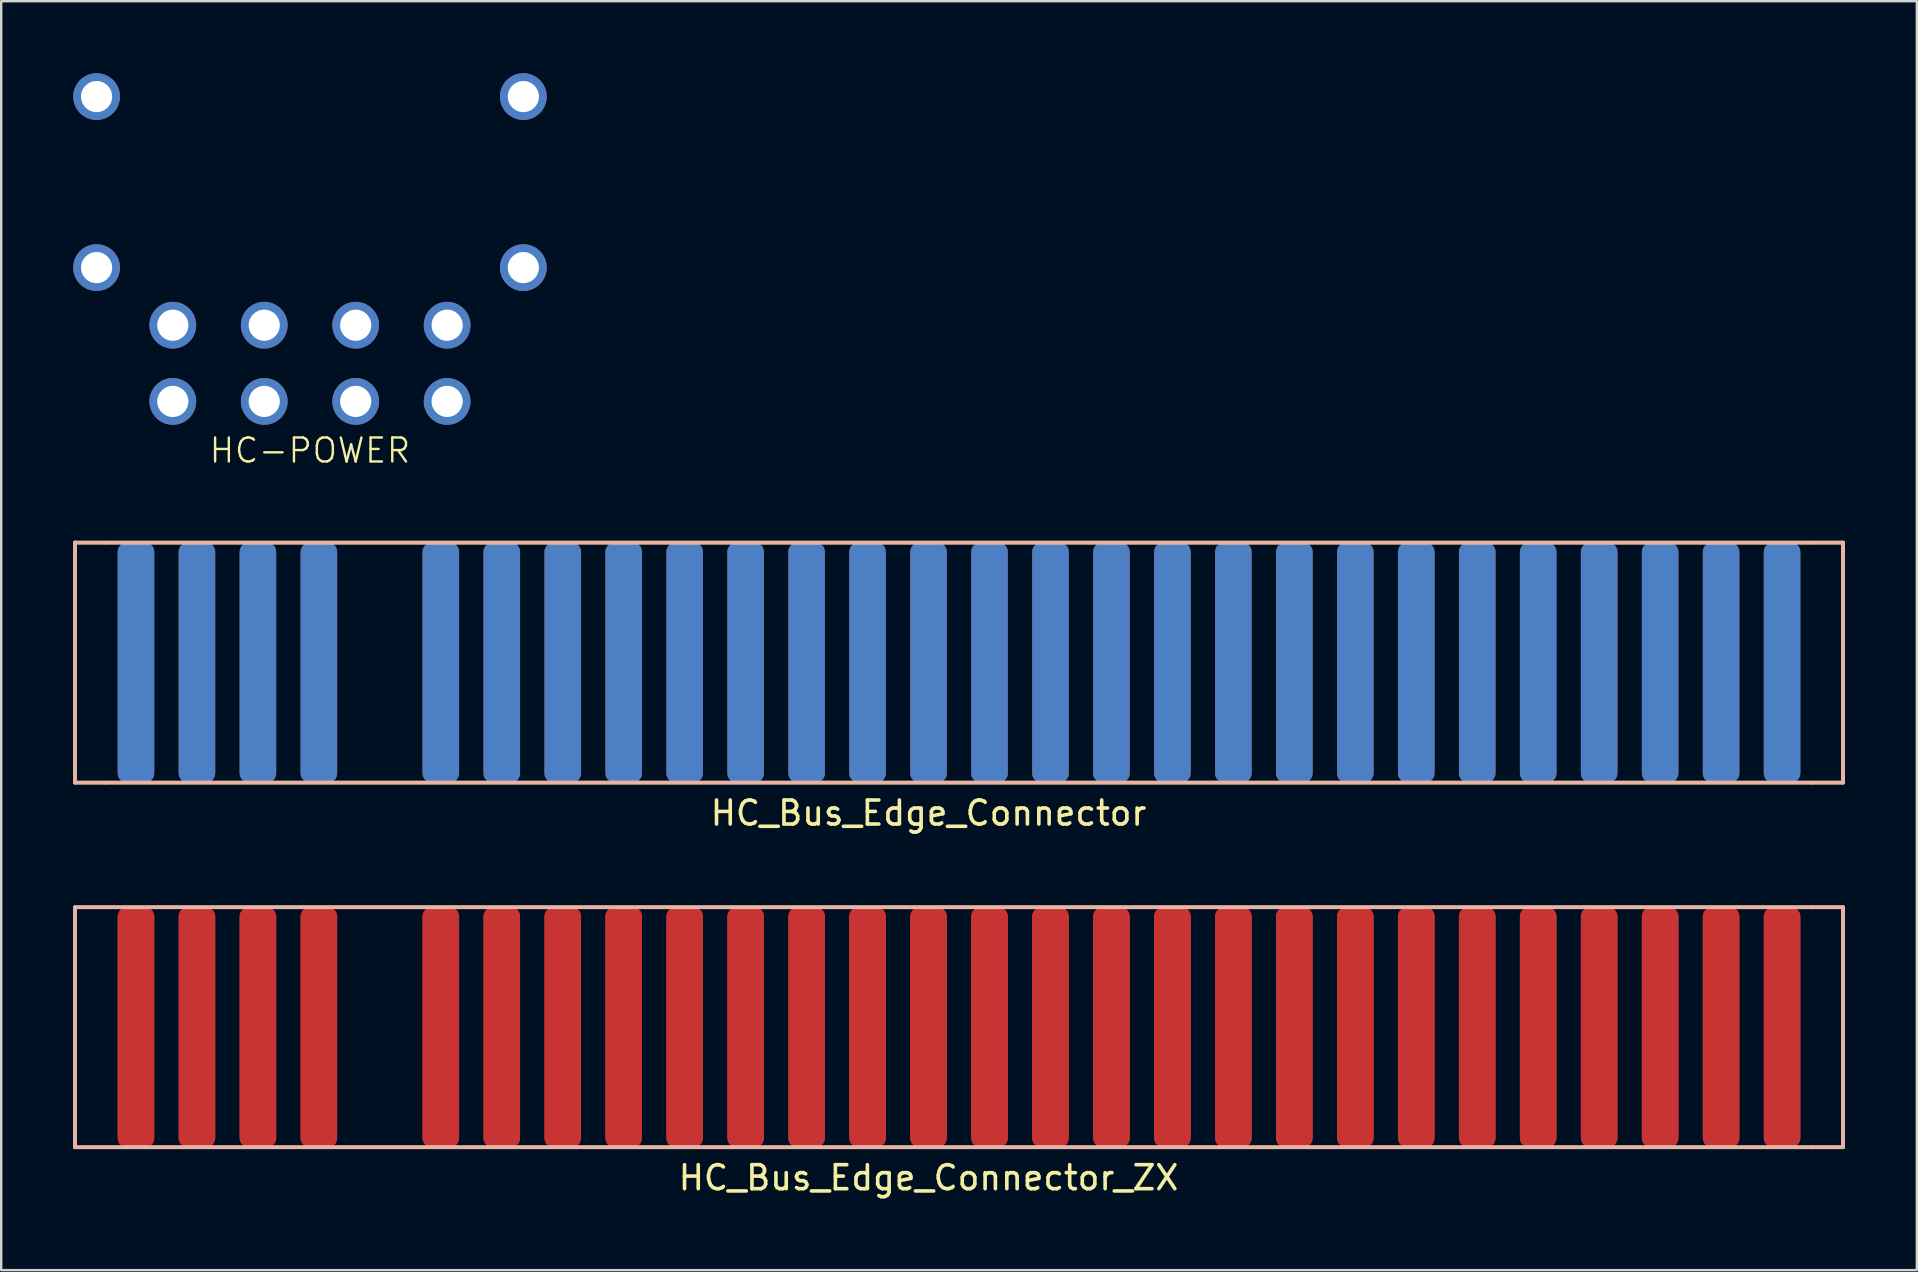
<source format=kicad_pcb>
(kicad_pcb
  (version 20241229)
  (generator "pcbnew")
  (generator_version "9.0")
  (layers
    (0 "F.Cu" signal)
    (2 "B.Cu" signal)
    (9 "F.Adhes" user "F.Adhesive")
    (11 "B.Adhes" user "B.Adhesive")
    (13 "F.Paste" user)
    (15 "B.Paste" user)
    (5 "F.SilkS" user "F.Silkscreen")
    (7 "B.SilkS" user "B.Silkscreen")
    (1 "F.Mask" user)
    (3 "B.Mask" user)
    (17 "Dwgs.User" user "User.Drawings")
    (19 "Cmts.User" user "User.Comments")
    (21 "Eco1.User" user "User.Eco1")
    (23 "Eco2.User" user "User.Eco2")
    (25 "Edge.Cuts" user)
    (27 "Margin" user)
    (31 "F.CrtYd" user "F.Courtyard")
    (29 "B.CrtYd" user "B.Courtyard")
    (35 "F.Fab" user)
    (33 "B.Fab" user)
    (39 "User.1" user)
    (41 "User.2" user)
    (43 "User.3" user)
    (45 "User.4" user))
  (footprint "HC-POWER"
    (layer "F.Cu")
    (at 9.864 8.099)
    (property "Reference" "HC-POWER" (at 0 7.62 0) (unlocked yes) (layer "F.SilkS") (effects (font (size 1 1) (thickness 0.1))))
    (attr through_hole)
    (pad "" thru_hole circle (at -8.89 -7.125) (size 1.948 1.948) (drill 1.298) (layers "*.Cu" "*.Mask"))
    (pad "" thru_hole circle (at -8.89 0) (size 1.948 1.948) (drill 1.298) (layers "*.Cu" "*.Mask"))
    (pad "" thru_hole circle (at 8.89 -7.125) (size 1.948 1.948) (drill 1.298) (layers "*.Cu" "*.Mask"))
    (pad "" thru_hole circle (at 8.89 0) (size 1.948 1.948) (drill 1.298) (layers "*.Cu" "*.Mask"))
    (pad "1" thru_hole circle (at -5.715 2.4) (size 1.948 1.948) (drill 1.298) (layers "*.Cu" "*.Mask"))
    (pad "1" thru_hole circle (at -5.715 5.575) (size 1.948 1.948) (drill 1.298) (layers "*.Cu" "*.Mask"))
    (pad "2" thru_hole circle (at -1.905 2.4) (size 1.948 1.948) (drill 1.298) (layers "*.Cu" "*.Mask"))
    (pad "2" thru_hole circle (at -1.905 5.575) (size 1.948 1.948) (drill 1.298) (layers "*.Cu" "*.Mask"))
    (pad "3" thru_hole circle (at 1.905 2.4) (size 1.948 1.948) (drill 1.298) (layers "*.Cu" "*.Mask"))
    (pad "3" thru_hole circle (at 1.905 5.575) (size 1.948 1.948) (drill 1.298) (layers "*.Cu" "*.Mask"))
    (pad "4" thru_hole circle (at 5.715 2.4) (size 1.948 1.948) (drill 1.298) (layers "*.Cu" "*.Mask"))
    (pad "4" thru_hole circle (at 5.715 5.575) (size 1.948 1.948) (drill 1.298) (layers "*.Cu" "*.Mask")))
  (footprint "HC_Bus_Edge_Connector_ZX"
    (layer "F.Cu")
    (at 35.635 39.748)
    (property "Reference" "HC_Bus_Edge_Connector_ZX" (at 0 6.27 0) (layer "F.SilkS") (effects (font (size 1 1) (thickness 0.15))))
    (attr smd)
    (fp_line (start -35.56 -5) (end -35.56 5) (stroke (width 0.15) (type solid)) (layer "F.SilkS"))
    (fp_line (start -34.29 -5) (end -35.56 -5) (stroke (width 0.15) (type solid)) (layer "F.SilkS"))
    (fp_line (start -34.29 -5) (end 36.83 -5) (stroke (width 0.15) (type solid)) (layer "F.SilkS"))
    (fp_line (start -34.29 5) (end -35.56 5) (stroke (width 0.15) (type solid)) (layer "F.SilkS"))
    (fp_line (start 36.83 5) (end -34.29 5) (stroke (width 0.15) (type solid)) (layer "F.SilkS"))
    (fp_line (start 38.1 -5) (end 36.83 -5) (stroke (width 0.15) (type solid)) (layer "F.SilkS"))
    (fp_line (start 38.1 -5) (end 38.1 5) (stroke (width 0.15) (type solid)) (layer "F.SilkS"))
    (fp_line (start 38.1 5) (end 36.83 5) (stroke (width 0.15) (type solid)) (layer "F.SilkS"))
    (fp_line (start -35.56 -5) (end 38.1 -5) (stroke (width 0.15) (type solid)) (layer "B.SilkS"))
    (fp_line (start -35.56 5) (end -35.56 -5) (stroke (width 0.15) (type solid)) (layer "B.SilkS"))
    (fp_line (start 38.1 -5) (end 38.1 5) (stroke (width 0.15) (type solid)) (layer "B.SilkS"))
    (fp_line (start 38.1 5) (end -35.56 5) (stroke (width 0.15) (type solid)) (layer "B.SilkS"))
    (pad "A1" smd roundrect (at -33.02 0) (size 1.524 10) (layers "F.Cu" "F.Mask" "F.Paste") (roundrect_rratio 0.25))
    (pad "A2" smd roundrect (at -30.48 0) (size 1.524 10) (layers "F.Cu" "F.Mask" "F.Paste") (roundrect_rratio 0.25))
    (pad "A3" smd roundrect (at -27.94 0) (size 1.524 10) (layers "F.Cu" "F.Mask" "F.Paste") (roundrect_rratio 0.25))
    (pad "A4" smd roundrect (at -25.4 0) (size 1.524 10) (layers "F.Cu" "F.Mask" "F.Paste") (roundrect_rratio 0.25))
    (pad "A6" smd roundrect (at -20.32 0) (size 1.524 10) (layers "F.Cu" "F.Mask" "F.Paste") (roundrect_rratio 0.25))
    (pad "A7" smd roundrect (at -17.78 0) (size 1.524 10) (layers "F.Cu" "F.Mask" "F.Paste") (roundrect_rratio 0.25))
    (pad "A8" smd roundrect (at -15.24 0) (size 1.524 10) (layers "F.Cu" "F.Mask" "F.Paste") (roundrect_rratio 0.25))
    (pad "A9" smd roundrect (at -12.7 0) (size 1.524 10) (layers "F.Cu" "F.Mask" "F.Paste") (roundrect_rratio 0.25))
    (pad "A10" smd roundrect (at -10.16 0) (size 1.524 10) (layers "F.Cu" "F.Mask" "F.Paste") (roundrect_rratio 0.25))
    (pad "A11" smd roundrect (at -7.62 0) (size 1.524 10) (layers "F.Cu" "F.Mask" "F.Paste") (roundrect_rratio 0.25))
    (pad "A12" smd roundrect (at -5.08 0) (size 1.524 10) (layers "F.Cu" "F.Mask" "F.Paste") (roundrect_rratio 0.25))
    (pad "A13" smd roundrect (at -2.54 0) (size 1.524 10) (layers "F.Cu" "F.Mask" "F.Paste") (roundrect_rratio 0.25))
    (pad "A14" smd roundrect (at 0 0) (size 1.524 10) (layers "F.Cu" "F.Mask" "F.Paste") (roundrect_rratio 0.25))
    (pad "A15" smd roundrect (at 2.54 0) (size 1.524 10) (layers "F.Cu" "F.Mask" "F.Paste") (roundrect_rratio 0.25))
    (pad "A16" smd roundrect (at 5.08 0) (size 1.524 10) (layers "F.Cu" "F.Mask" "F.Paste") (roundrect_rratio 0.25))
    (pad "A17" smd roundrect (at 7.62 0) (size 1.524 10) (layers "F.Cu" "F.Mask" "F.Paste") (roundrect_rratio 0.25))
    (pad "A18" smd roundrect (at 10.16 0) (size 1.524 10) (layers "F.Cu" "F.Mask" "F.Paste") (roundrect_rratio 0.25))
    (pad "A19" smd roundrect (at 12.7 0) (size 1.524 10) (layers "F.Cu" "F.Mask" "F.Paste") (roundrect_rratio 0.25))
    (pad "A20" smd roundrect (at 15.24 0) (size 1.524 10) (layers "F.Cu" "F.Mask" "F.Paste") (roundrect_rratio 0.25))
    (pad "A21" smd roundrect (at 17.78 0) (size 1.524 10) (layers "F.Cu" "F.Mask" "F.Paste") (roundrect_rratio 0.25))
    (pad "A22" smd roundrect (at 20.32 0) (size 1.524 10) (layers "F.Cu" "F.Mask" "F.Paste") (roundrect_rratio 0.25))
    (pad "A23" smd roundrect (at 22.86 0) (size 1.524 10) (layers "F.Cu" "F.Mask" "F.Paste") (roundrect_rratio 0.25))
    (pad "A24" smd roundrect (at 25.4 0) (size 1.524 10) (layers "F.Cu" "F.Mask" "F.Paste") (roundrect_rratio 0.25))
    (pad "A25" smd roundrect (at 27.94 0) (size 1.524 10) (layers "F.Cu" "F.Mask" "F.Paste") (roundrect_rratio 0.25))
    (pad "A26" smd roundrect (at 30.48 0) (size 1.524 10) (layers "F.Cu" "F.Mask" "F.Paste") (roundrect_rratio 0.25))
    (pad "A27" smd roundrect (at 33.02 0) (size 1.524 10) (layers "F.Cu" "F.Mask" "F.Paste") (roundrect_rratio 0.25))
    (pad "A28" smd roundrect (at 35.56 0) (size 1.524 10) (layers "F.Cu" "F.Mask" "F.Paste") (roundrect_rratio 0.25))
    (pad "B1" smd roundrect (at -33.02 0) (size 1.524 10) (layers "F.Cu" "F.Mask" "F.Paste") (roundrect_rratio 0.25))
    (pad "B2" smd roundrect (at -30.48 0) (size 1.524 10) (layers "F.Cu" "F.Mask" "F.Paste") (roundrect_rratio 0.25))
    (pad "B3" smd roundrect (at -27.94 0) (size 1.524 10) (layers "F.Cu" "F.Mask" "F.Paste") (roundrect_rratio 0.25))
    (pad "B4" smd roundrect (at -25.4 0) (size 1.524 10) (layers "F.Cu" "F.Mask" "F.Paste") (roundrect_rratio 0.25))
    (pad "B6" smd roundrect (at -20.32 0) (size 1.524 10) (layers "F.Cu" "F.Mask" "F.Paste") (roundrect_rratio 0.25))
    (pad "B7" smd roundrect (at -17.78 0) (size 1.524 10) (layers "F.Cu" "F.Mask" "F.Paste") (roundrect_rratio 0.25))
    (pad "B8" smd roundrect (at -15.24 0) (size 1.524 10) (layers "F.Cu" "F.Mask" "F.Paste") (roundrect_rratio 0.25))
    (pad "B9" smd roundrect (at -12.7 0) (size 1.524 10) (layers "F.Cu" "F.Mask" "F.Paste") (roundrect_rratio 0.25))
    (pad "B10" smd roundrect (at -10.16 0) (size 1.524 10) (layers "F.Cu" "F.Mask" "F.Paste") (roundrect_rratio 0.25))
    (pad "B11" smd roundrect (at -7.62 0) (size 1.524 10) (layers "F.Cu" "F.Mask" "F.Paste") (roundrect_rratio 0.25))
    (pad "B12" smd roundrect (at -5.08 0) (size 1.524 10) (layers "F.Cu" "F.Mask" "F.Paste") (roundrect_rratio 0.25))
    (pad "B13" smd roundrect (at -2.54 0) (size 1.524 10) (layers "F.Cu" "F.Mask" "F.Paste") (roundrect_rratio 0.25))
    (pad "B14" smd roundrect (at 0 0) (size 1.524 10) (layers "F.Cu" "F.Mask" "F.Paste") (roundrect_rratio 0.25))
    (pad "B15" smd roundrect (at 2.54 0) (size 1.524 10) (layers "F.Cu" "F.Mask" "F.Paste") (roundrect_rratio 0.25))
    (pad "B16" smd roundrect (at 5.08 0) (size 1.524 10) (layers "F.Cu" "F.Mask" "F.Paste") (roundrect_rratio 0.25))
    (pad "B17" smd roundrect (at 7.62 0) (size 1.524 10) (layers "F.Cu" "F.Mask" "F.Paste") (roundrect_rratio 0.25))
    (pad "B18" smd roundrect (at 10.16 0) (size 1.524 10) (layers "F.Cu" "F.Mask" "F.Paste") (roundrect_rratio 0.25))
    (pad "B19" smd roundrect (at 12.7 0) (size 1.524 10) (layers "F.Cu" "F.Mask" "F.Paste") (roundrect_rratio 0.25))
    (pad "B20" smd roundrect (at 15.24 0) (size 1.524 10) (layers "F.Cu" "F.Mask" "F.Paste") (roundrect_rratio 0.25))
    (pad "B21" smd roundrect (at 17.78 0) (size 1.524 10) (layers "F.Cu" "F.Mask" "F.Paste") (roundrect_rratio 0.25))
    (pad "B22" smd roundrect (at 20.32 0) (size 1.524 10) (layers "F.Cu" "F.Mask" "F.Paste") (roundrect_rratio 0.25))
    (pad "B23" smd roundrect (at 22.86 0) (size 1.524 10) (layers "F.Cu" "F.Mask" "F.Paste") (roundrect_rratio 0.25))
    (pad "B24" smd roundrect (at 25.4 0) (size 1.524 10) (layers "F.Cu" "F.Mask" "F.Paste") (roundrect_rratio 0.25))
    (pad "B25" smd roundrect (at 27.94 0) (size 1.524 10) (layers "F.Cu" "F.Mask" "F.Paste") (roundrect_rratio 0.25))
    (pad "B26" smd roundrect (at 30.48 0) (size 1.524 10) (layers "F.Cu" "F.Mask" "F.Paste") (roundrect_rratio 0.25))
    (pad "B27" smd roundrect (at 33.02 0) (size 1.524 10) (layers "F.Cu" "F.Mask" "F.Paste") (roundrect_rratio 0.25))
    (pad "B28" smd roundrect (at 35.56 0) (size 1.524 10) (layers "F.Cu" "F.Mask" "F.Paste") (roundrect_rratio 0.25)))
  (footprint "HC_Bus_Edge_Connector"
    (layer "F.Cu")
    (at 35.635 24.555)
    (property "Reference" "HC_Bus_Edge_Connector" (at 0 6.27 0) (layer "F.SilkS") (effects (font (size 1 1) (thickness 0.15))))
    (attr smd)
    (fp_line (start -35.56 -5) (end -35.56 5) (stroke (width 0.15) (type solid)) (layer "F.SilkS"))
    (fp_line (start -34.29 -5) (end -35.56 -5) (stroke (width 0.15) (type solid)) (layer "F.SilkS"))
    (fp_line (start -34.29 -5) (end 36.83 -5) (stroke (width 0.15) (type solid)) (layer "F.SilkS"))
    (fp_line (start -34.29 5) (end -35.56 5) (stroke (width 0.15) (type solid)) (layer "F.SilkS"))
    (fp_line (start 36.83 5) (end -34.29 5) (stroke (width 0.15) (type solid)) (layer "F.SilkS"))
    (fp_line (start 38.1 -5) (end 36.83 -5) (stroke (width 0.15) (type solid)) (layer "F.SilkS"))
    (fp_line (start 38.1 -5) (end 38.1 5) (stroke (width 0.15) (type solid)) (layer "F.SilkS"))
    (fp_line (start 38.1 5) (end 36.83 5) (stroke (width 0.15) (type solid)) (layer "F.SilkS"))
    (fp_line (start -35.56 -5) (end 38.1 -5) (stroke (width 0.15) (type solid)) (layer "B.SilkS"))
    (fp_line (start -35.56 5) (end -35.56 -5) (stroke (width 0.15) (type solid)) (layer "B.SilkS"))
    (fp_line (start 38.1 -5) (end 38.1 5) (stroke (width 0.15) (type solid)) (layer "B.SilkS"))
    (fp_line (start 38.1 5) (end -35.56 5) (stroke (width 0.15) (type solid)) (layer "B.SilkS"))
    (pad "A1" smd roundrect (at -33.02 0) (size 1.524 10) (layers "F.Cu" "F.Mask" "F.Paste") (roundrect_rratio 0.25))
    (pad "A2" smd roundrect (at -30.48 0) (size 1.524 10) (layers "F.Cu" "F.Mask" "F.Paste") (roundrect_rratio 0.25))
    (pad "A3" smd roundrect (at -27.94 0) (size 1.524 10) (layers "F.Cu" "F.Mask" "F.Paste") (roundrect_rratio 0.25))
    (pad "A4" smd roundrect (at -25.4 0) (size 1.524 10) (layers "F.Cu" "F.Mask" "F.Paste") (roundrect_rratio 0.25))
    (pad "A6" smd roundrect (at -20.32 0) (size 1.524 10) (layers "F.Cu" "F.Mask" "F.Paste") (roundrect_rratio 0.25))
    (pad "A7" smd roundrect (at -17.78 0) (size 1.524 10) (layers "F.Cu" "F.Mask" "F.Paste") (roundrect_rratio 0.25))
    (pad "A8" smd roundrect (at -15.24 0) (size 1.524 10) (layers "F.Cu" "F.Mask" "F.Paste") (roundrect_rratio 0.25))
    (pad "A9" smd roundrect (at -12.7 0) (size 1.524 10) (layers "F.Cu" "F.Mask" "F.Paste") (roundrect_rratio 0.25))
    (pad "A10" smd roundrect (at -10.16 0) (size 1.524 10) (layers "F.Cu" "F.Mask" "F.Paste") (roundrect_rratio 0.25))
    (pad "A11" smd roundrect (at -7.62 0) (size 1.524 10) (layers "F.Cu" "F.Mask" "F.Paste") (roundrect_rratio 0.25))
    (pad "A12" smd roundrect (at -5.08 0) (size 1.524 10) (layers "F.Cu" "F.Mask" "F.Paste") (roundrect_rratio 0.25))
    (pad "A13" smd roundrect (at -2.54 0) (size 1.524 10) (layers "F.Cu" "F.Mask" "F.Paste") (roundrect_rratio 0.25))
    (pad "A14" smd roundrect (at 0 0) (size 1.524 10) (layers "F.Cu" "F.Mask" "F.Paste") (roundrect_rratio 0.25))
    (pad "A15" smd roundrect (at 2.54 0) (size 1.524 10) (layers "F.Cu" "F.Mask" "F.Paste") (roundrect_rratio 0.25))
    (pad "A16" smd roundrect (at 5.08 0) (size 1.524 10) (layers "F.Cu" "F.Mask" "F.Paste") (roundrect_rratio 0.25))
    (pad "A17" smd roundrect (at 7.62 0) (size 1.524 10) (layers "F.Cu" "F.Mask" "F.Paste") (roundrect_rratio 0.25))
    (pad "A18" smd roundrect (at 10.16 0) (size 1.524 10) (layers "F.Cu" "F.Mask" "F.Paste") (roundrect_rratio 0.25))
    (pad "A19" smd roundrect (at 12.7 0) (size 1.524 10) (layers "F.Cu" "F.Mask" "F.Paste") (roundrect_rratio 0.25))
    (pad "A20" smd roundrect (at 15.24 0) (size 1.524 10) (layers "F.Cu" "F.Mask" "F.Paste") (roundrect_rratio 0.25))
    (pad "A21" smd roundrect (at 17.78 0) (size 1.524 10) (layers "F.Cu" "F.Mask" "F.Paste") (roundrect_rratio 0.25))
    (pad "A22" smd roundrect (at 20.32 0) (size 1.524 10) (layers "F.Cu" "F.Mask" "F.Paste") (roundrect_rratio 0.25))
    (pad "A23" smd roundrect (at 22.86 0) (size 1.524 10) (layers "F.Cu" "F.Mask" "F.Paste") (roundrect_rratio 0.25))
    (pad "A24" smd roundrect (at 25.4 0) (size 1.524 10) (layers "F.Cu" "F.Mask" "F.Paste") (roundrect_rratio 0.25))
    (pad "A25" smd roundrect (at 27.94 0) (size 1.524 10) (layers "F.Cu" "F.Mask" "F.Paste") (roundrect_rratio 0.25))
    (pad "A26" smd roundrect (at 30.48 0) (size 1.524 10) (layers "F.Cu" "F.Mask" "F.Paste") (roundrect_rratio 0.25))
    (pad "A27" smd roundrect (at 33.02 0) (size 1.524 10) (layers "F.Cu" "F.Mask" "F.Paste") (roundrect_rratio 0.25))
    (pad "A28" smd roundrect (at 35.56 0) (size 1.524 10) (layers "F.Cu" "F.Mask" "F.Paste") (roundrect_rratio 0.25))
    (pad "B1" smd roundrect (at -33.02 0) (size 1.524 10) (layers "B.Cu" "B.Mask" "B.Paste") (roundrect_rratio 0.25))
    (pad "B2" smd roundrect (at -30.48 0) (size 1.524 10) (layers "B.Cu" "B.Mask" "B.Paste") (roundrect_rratio 0.25))
    (pad "B3" smd roundrect (at -27.94 0) (size 1.524 10) (layers "B.Cu" "B.Mask" "B.Paste") (roundrect_rratio 0.25))
    (pad "B4" smd roundrect (at -25.4 0) (size 1.524 10) (layers "B.Cu" "B.Mask" "B.Paste") (roundrect_rratio 0.25))
    (pad "B6" smd roundrect (at -20.32 0) (size 1.524 10) (layers "B.Cu" "B.Mask" "B.Paste") (roundrect_rratio 0.25))
    (pad "B7" smd roundrect (at -17.78 0) (size 1.524 10) (layers "B.Cu" "B.Mask" "B.Paste") (roundrect_rratio 0.25))
    (pad "B8" smd roundrect (at -15.24 0) (size 1.524 10) (layers "B.Cu" "B.Mask" "B.Paste") (roundrect_rratio 0.25))
    (pad "B9" smd roundrect (at -12.7 0) (size 1.524 10) (layers "B.Cu" "B.Mask" "B.Paste") (roundrect_rratio 0.25))
    (pad "B10" smd roundrect (at -10.16 0) (size 1.524 10) (layers "B.Cu" "B.Mask" "B.Paste") (roundrect_rratio 0.25))
    (pad "B11" smd roundrect (at -7.62 0) (size 1.524 10) (layers "B.Cu" "B.Mask" "B.Paste") (roundrect_rratio 0.25))
    (pad "B12" smd roundrect (at -5.08 0) (size 1.524 10) (layers "B.Cu" "B.Mask" "B.Paste") (roundrect_rratio 0.25))
    (pad "B13" smd roundrect (at -2.54 0) (size 1.524 10) (layers "B.Cu" "B.Mask" "B.Paste") (roundrect_rratio 0.25))
    (pad "B14" smd roundrect (at 0 0) (size 1.524 10) (layers "B.Cu" "B.Mask" "B.Paste") (roundrect_rratio 0.25))
    (pad "B15" smd roundrect (at 2.54 0) (size 1.524 10) (layers "B.Cu" "B.Mask" "B.Paste") (roundrect_rratio 0.25))
    (pad "B16" smd roundrect (at 5.08 0) (size 1.524 10) (layers "B.Cu" "B.Mask" "B.Paste") (roundrect_rratio 0.25))
    (pad "B17" smd roundrect (at 7.62 0) (size 1.524 10) (layers "B.Cu" "B.Mask" "B.Paste") (roundrect_rratio 0.25))
    (pad "B18" smd roundrect (at 10.16 0) (size 1.524 10) (layers "B.Cu" "B.Mask" "B.Paste") (roundrect_rratio 0.25))
    (pad "B19" smd roundrect (at 12.7 0) (size 1.524 10) (layers "B.Cu" "B.Mask" "B.Paste") (roundrect_rratio 0.25))
    (pad "B20" smd roundrect (at 15.24 0) (size 1.524 10) (layers "B.Cu" "B.Mask" "B.Paste") (roundrect_rratio 0.25))
    (pad "B21" smd roundrect (at 17.78 0) (size 1.524 10) (layers "B.Cu" "B.Mask" "B.Paste") (roundrect_rratio 0.25))
    (pad "B22" smd roundrect (at 20.32 0) (size 1.524 10) (layers "B.Cu" "B.Mask" "B.Paste") (roundrect_rratio 0.25))
    (pad "B23" smd roundrect (at 22.86 0) (size 1.524 10) (layers "B.Cu" "B.Mask" "B.Paste") (roundrect_rratio 0.25))
    (pad "B24" smd roundrect (at 25.4 0) (size 1.524 10) (layers "B.Cu" "B.Mask" "B.Paste") (roundrect_rratio 0.25))
    (pad "B25" smd roundrect (at 27.94 0) (size 1.524 10) (layers "B.Cu" "B.Mask" "B.Paste") (roundrect_rratio 0.25))
    (pad "B26" smd roundrect (at 30.48 0) (size 1.524 10) (layers "B.Cu" "B.Mask" "B.Paste") (roundrect_rratio 0.25))
    (pad "B27" smd roundrect (at 33.02 0) (size 1.524 10) (layers "B.Cu" "B.Mask" "B.Paste") (roundrect_rratio 0.25))
    (pad "B28" smd roundrect (at 35.56 0) (size 1.524 10) (layers "B.Cu" "B.Mask" "B.Paste") (roundrect_rratio 0.25)))
  (gr_rect
    (start -3 -3)
    (end 76.81 49.866)
    (stroke (width 0.1) (type default))
    (fill no)
    (layer "Edge.Cuts")))
</source>
